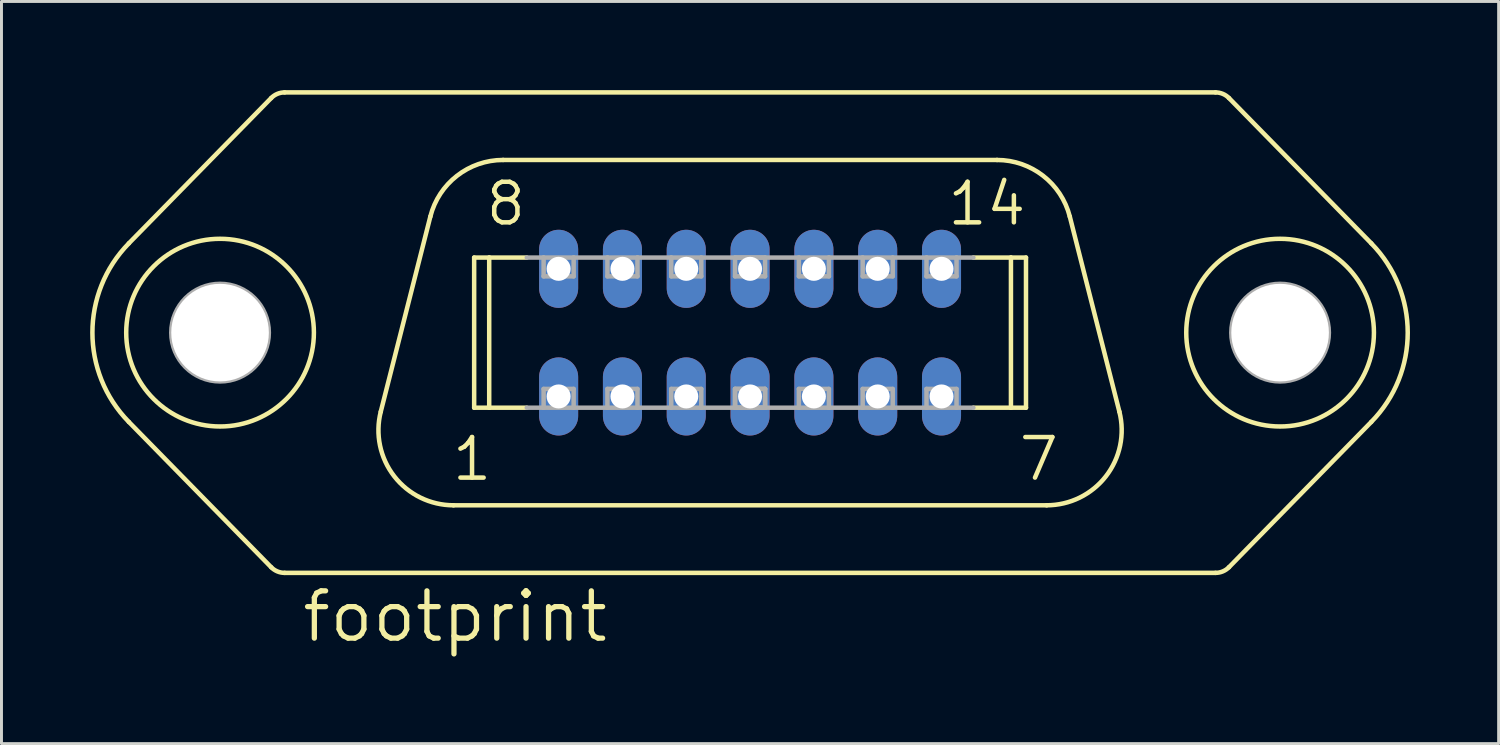
<source format=kicad_pcb>
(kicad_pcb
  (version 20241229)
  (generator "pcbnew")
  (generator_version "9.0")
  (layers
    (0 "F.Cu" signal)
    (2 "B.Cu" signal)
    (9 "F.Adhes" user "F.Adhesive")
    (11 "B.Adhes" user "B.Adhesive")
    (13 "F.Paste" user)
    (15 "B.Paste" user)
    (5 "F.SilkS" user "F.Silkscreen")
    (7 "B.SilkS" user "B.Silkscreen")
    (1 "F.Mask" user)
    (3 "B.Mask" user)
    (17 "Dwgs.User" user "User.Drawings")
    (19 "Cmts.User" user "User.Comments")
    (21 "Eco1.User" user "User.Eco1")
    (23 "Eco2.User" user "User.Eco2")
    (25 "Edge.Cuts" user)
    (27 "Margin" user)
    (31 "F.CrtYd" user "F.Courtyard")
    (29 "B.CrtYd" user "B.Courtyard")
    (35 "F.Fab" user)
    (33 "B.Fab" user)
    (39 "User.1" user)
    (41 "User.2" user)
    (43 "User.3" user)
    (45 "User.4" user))
  (footprint "footprint"
    (layer "F.Cu")
    (at 22.327 8.204)
    (property "Reference" "footprint" (at -15.24 10.541 0) (layer "F.SilkS") (effects (font (size 1.6 1.6) (thickness 0.178)) (justify left bottom)))
    (fp_line (start -16.202 -7.937) (end -21.017 -3.022) (stroke (width 0.152) (type solid)) (layer "F.SilkS"))
    (fp_line (start -16.202 7.937) (end -21.017 3.022) (stroke (width 0.152) (type solid)) (layer "F.SilkS"))
    (fp_line (start -15.748 -8.128) (end 15.748 -8.128) (stroke (width 0.152) (type solid)) (layer "F.SilkS"))
    (fp_line (start -15.748 8.128) (end 15.748 8.128) (stroke (width 0.152) (type solid)) (layer "F.SilkS"))
    (fp_line (start -10.817 -3.928) (end -12.495 2.676) (stroke (width 0.152) (type solid)) (layer "F.SilkS"))
    (fp_line (start -10.033 5.842) (end 10.033 5.842) (stroke (width 0.152) (type solid)) (layer "F.SilkS"))
    (fp_line (start -9.335 -2.54) (end -8.826 -2.54) (stroke (width 0.152) (type solid)) (layer "F.SilkS"))
    (fp_line (start -9.335 2.54) (end -9.335 -2.54) (stroke (width 0.152) (type solid)) (layer "F.SilkS"))
    (fp_line (start -9.335 2.54) (end -8.826 2.54) (stroke (width 0.152) (type solid)) (layer "F.SilkS"))
    (fp_line (start -8.826 -2.54) (end -7.555 -2.54) (stroke (width 0.152) (type solid)) (layer "F.SilkS"))
    (fp_line (start -8.826 2.54) (end -8.826 -2.54) (stroke (width 0.152) (type solid)) (layer "F.SilkS"))
    (fp_line (start -8.826 2.54) (end -7.555 2.54) (stroke (width 0.152) (type solid)) (layer "F.SilkS"))
    (fp_line (start -8.355 -5.842) (end 8.355 -5.842) (stroke (width 0.152) (type solid)) (layer "F.SilkS"))
    (fp_line (start 7.555 -2.54) (end 8.826 -2.54) (stroke (width 0.152) (type solid)) (layer "F.SilkS"))
    (fp_line (start 7.555 2.54) (end 8.826 2.54) (stroke (width 0.152) (type solid)) (layer "F.SilkS"))
    (fp_line (start 8.826 -2.54) (end 9.335 -2.54) (stroke (width 0.152) (type solid)) (layer "F.SilkS"))
    (fp_line (start 8.826 2.54) (end 8.826 -2.54) (stroke (width 0.152) (type solid)) (layer "F.SilkS"))
    (fp_line (start 8.826 2.54) (end 9.335 2.54) (stroke (width 0.152) (type solid)) (layer "F.SilkS"))
    (fp_line (start 9.335 2.54) (end 9.335 -2.54) (stroke (width 0.152) (type solid)) (layer "F.SilkS"))
    (fp_line (start 10.817 -3.928) (end 12.495 2.676) (stroke (width 0.152) (type solid)) (layer "F.SilkS"))
    (fp_line (start 16.202 -7.937) (end 21.017 -3.022) (stroke (width 0.152) (type solid)) (layer "F.SilkS"))
    (fp_line (start 16.202 7.937) (end 21.017 3.022) (stroke (width 0.152) (type solid)) (layer "F.SilkS"))
    (fp_arc (start -21.016999 3.022001) (mid -22.250365 0.000401) (end -21.017 -3.0212) (stroke (width 0.1524) (type solid)) (layer "F.SilkS"))
    (fp_arc (start -16.202 -7.937) (mid -15.99441 -8.078018) (end -15.7484 -8.1276) (stroke (width 0.1524) (type solid)) (layer "F.SilkS"))
    (fp_arc (start -15.7484 8.1276) (mid -15.99441 8.078018) (end -16.202 7.937) (stroke (width 0.1524) (type solid)) (layer "F.SilkS"))
    (fp_arc (start -10.817 -3.928) (mid -9.914487 -5.307487) (end -8.355199 -5.842401) (stroke (width 0.1524) (type solid)) (layer "F.SilkS"))
    (fp_arc (start -10.033198 5.8416) (mid -12.038285 4.860864) (end -12.495 2.676) (stroke (width 0.1524) (type solid)) (layer "F.SilkS"))
    (fp_arc (start 8.355 -5.842) (mid 9.914288 -5.307086) (end 10.8168 -3.927599) (stroke (width 0.1524) (type solid)) (layer "F.SilkS"))
    (fp_arc (start 12.495 2.675998) (mid 12.038287 4.860862) (end 10.0332 5.8416) (stroke (width 0.1524) (type solid)) (layer "F.SilkS"))
    (fp_arc (start 15.7484 -8.1276) (mid 15.99441 -8.078018) (end 16.202 -7.937) (stroke (width 0.1524) (type solid)) (layer "F.SilkS"))
    (fp_arc (start 16.202 7.937) (mid 15.99441 8.078018) (end 15.7484 8.1276) (stroke (width 0.1524) (type solid)) (layer "F.SilkS"))
    (fp_arc (start 21.016999 -3.021201) (mid 22.250365 0.000399) (end 21.017 3.022) (stroke (width 0.1524) (type solid)) (layer "F.SilkS"))
    (fp_circle (center -17.932 0) (end -14.757 0) (stroke (width 0.152) (type solid)) (fill no) (layer "F.SilkS"))
    (fp_circle (center 17.932 0) (end 21.107 0) (stroke (width 0.152) (type solid)) (fill no) (layer "F.SilkS"))
    (fp_line (start -7.555 -2.54) (end -6.985 -2.54) (stroke (width 0.152) (type solid)) (layer "F.Fab"))
    (fp_line (start -7.555 2.54) (end -6.985 2.54) (stroke (width 0.152) (type solid)) (layer "F.Fab"))
    (fp_line (start -6.985 -2.54) (end -5.969 -2.54) (stroke (width 0.152) (type solid)) (layer "F.Fab"))
    (fp_line (start -6.985 -1.905) (end -6.985 -2.54) (stroke (width 0.152) (type solid)) (layer "F.Fab"))
    (fp_line (start -6.985 1.905) (end -5.969 1.905) (stroke (width 0.152) (type solid)) (layer "F.Fab"))
    (fp_line (start -6.985 2.54) (end -6.985 1.905) (stroke (width 0.152) (type solid)) (layer "F.Fab"))
    (fp_line (start -5.969 -2.54) (end -5.969 -1.905) (stroke (width 0.152) (type solid)) (layer "F.Fab"))
    (fp_line (start -5.969 -2.54) (end -4.826 -2.54) (stroke (width 0.152) (type solid)) (layer "F.Fab"))
    (fp_line (start -5.969 -1.905) (end -6.985 -1.905) (stroke (width 0.152) (type solid)) (layer "F.Fab"))
    (fp_line (start -5.969 1.905) (end -5.969 2.54) (stroke (width 0.152) (type solid)) (layer "F.Fab"))
    (fp_line (start -5.969 2.54) (end -6.985 2.54) (stroke (width 0.152) (type solid)) (layer "F.Fab"))
    (fp_line (start -5.969 2.54) (end -4.826 2.54) (stroke (width 0.152) (type solid)) (layer "F.Fab"))
    (fp_line (start -4.826 -2.54) (end -3.81 -2.54) (stroke (width 0.152) (type solid)) (layer "F.Fab"))
    (fp_line (start -4.826 -1.905) (end -4.826 -2.54) (stroke (width 0.152) (type solid)) (layer "F.Fab"))
    (fp_line (start -4.826 1.905) (end -3.81 1.905) (stroke (width 0.152) (type solid)) (layer "F.Fab"))
    (fp_line (start -4.826 2.54) (end -4.826 1.905) (stroke (width 0.152) (type solid)) (layer "F.Fab"))
    (fp_line (start -3.81 -2.54) (end -3.81 -1.905) (stroke (width 0.152) (type solid)) (layer "F.Fab"))
    (fp_line (start -3.81 -2.54) (end -2.667 -2.54) (stroke (width 0.152) (type solid)) (layer "F.Fab"))
    (fp_line (start -3.81 -1.905) (end -4.826 -1.905) (stroke (width 0.152) (type solid)) (layer "F.Fab"))
    (fp_line (start -3.81 1.905) (end -3.81 2.54) (stroke (width 0.152) (type solid)) (layer "F.Fab"))
    (fp_line (start -3.81 2.54) (end -4.826 2.54) (stroke (width 0.152) (type solid)) (layer "F.Fab"))
    (fp_line (start -3.81 2.54) (end -2.667 2.54) (stroke (width 0.152) (type solid)) (layer "F.Fab"))
    (fp_line (start -2.667 -2.54) (end -1.651 -2.54) (stroke (width 0.152) (type solid)) (layer "F.Fab"))
    (fp_line (start -2.667 -1.905) (end -2.667 -2.54) (stroke (width 0.152) (type solid)) (layer "F.Fab"))
    (fp_line (start -2.667 1.905) (end -1.651 1.905) (stroke (width 0.152) (type solid)) (layer "F.Fab"))
    (fp_line (start -2.667 2.54) (end -2.667 1.905) (stroke (width 0.152) (type solid)) (layer "F.Fab"))
    (fp_line (start -1.651 -2.54) (end -1.651 -1.905) (stroke (width 0.152) (type solid)) (layer "F.Fab"))
    (fp_line (start -1.651 -2.54) (end 1.651 -2.54) (stroke (width 0.152) (type solid)) (layer "F.Fab"))
    (fp_line (start -1.651 -1.905) (end -2.667 -1.905) (stroke (width 0.152) (type solid)) (layer "F.Fab"))
    (fp_line (start -1.651 1.905) (end -1.651 2.54) (stroke (width 0.152) (type solid)) (layer "F.Fab"))
    (fp_line (start -1.651 2.54) (end -2.667 2.54) (stroke (width 0.152) (type solid)) (layer "F.Fab"))
    (fp_line (start -1.651 2.54) (end 1.651 2.54) (stroke (width 0.152) (type solid)) (layer "F.Fab"))
    (fp_line (start -0.508 -2.54) (end 0.508 -2.54) (stroke (width 0.152) (type solid)) (layer "F.Fab"))
    (fp_line (start -0.508 -1.905) (end -0.508 -2.54) (stroke (width 0.152) (type solid)) (layer "F.Fab"))
    (fp_line (start -0.508 1.905) (end 0.508 1.905) (stroke (width 0.152) (type solid)) (layer "F.Fab"))
    (fp_line (start -0.508 1.905) (end 0.508 1.905) (stroke (width 0.152) (type solid)) (layer "F.Fab"))
    (fp_line (start -0.508 2.54) (end -0.508 1.905) (stroke (width 0.152) (type solid)) (layer "F.Fab"))
    (fp_line (start -0.508 2.54) (end -0.508 1.905) (stroke (width 0.152) (type solid)) (layer "F.Fab"))
    (fp_line (start 0.508 -2.54) (end 0.508 -1.905) (stroke (width 0.152) (type solid)) (layer "F.Fab"))
    (fp_line (start 0.508 -1.905) (end -0.508 -1.905) (stroke (width 0.152) (type solid)) (layer "F.Fab"))
    (fp_line (start 0.508 1.905) (end 0.508 2.54) (stroke (width 0.152) (type solid)) (layer "F.Fab"))
    (fp_line (start 0.508 1.905) (end 0.508 2.54) (stroke (width 0.152) (type solid)) (layer "F.Fab"))
    (fp_line (start 0.508 2.54) (end -0.508 2.54) (stroke (width 0.152) (type solid)) (layer "F.Fab"))
    (fp_line (start 0.508 2.54) (end -0.508 2.54) (stroke (width 0.152) (type solid)) (layer "F.Fab"))
    (fp_line (start 1.651 -2.54) (end 2.667 -2.54) (stroke (width 0.152) (type solid)) (layer "F.Fab"))
    (fp_line (start 1.651 -1.905) (end 1.651 -2.54) (stroke (width 0.152) (type solid)) (layer "F.Fab"))
    (fp_line (start 1.651 1.905) (end 2.667 1.905) (stroke (width 0.152) (type solid)) (layer "F.Fab"))
    (fp_line (start 1.651 2.54) (end 1.651 1.905) (stroke (width 0.152) (type solid)) (layer "F.Fab"))
    (fp_line (start 2.667 -2.54) (end 2.667 -1.905) (stroke (width 0.152) (type solid)) (layer "F.Fab"))
    (fp_line (start 2.667 -2.54) (end 3.81 -2.54) (stroke (width 0.152) (type solid)) (layer "F.Fab"))
    (fp_line (start 2.667 -1.905) (end 1.651 -1.905) (stroke (width 0.152) (type solid)) (layer "F.Fab"))
    (fp_line (start 2.667 1.905) (end 2.667 2.54) (stroke (width 0.152) (type solid)) (layer "F.Fab"))
    (fp_line (start 2.667 2.54) (end 1.651 2.54) (stroke (width 0.152) (type solid)) (layer "F.Fab"))
    (fp_line (start 2.667 2.54) (end 3.81 2.54) (stroke (width 0.152) (type solid)) (layer "F.Fab"))
    (fp_line (start 3.81 -2.54) (end 4.826 -2.54) (stroke (width 0.152) (type solid)) (layer "F.Fab"))
    (fp_line (start 3.81 -1.905) (end 3.81 -2.54) (stroke (width 0.152) (type solid)) (layer "F.Fab"))
    (fp_line (start 3.81 1.905) (end 4.826 1.905) (stroke (width 0.152) (type solid)) (layer "F.Fab"))
    (fp_line (start 3.81 2.54) (end 3.81 1.905) (stroke (width 0.152) (type solid)) (layer "F.Fab"))
    (fp_line (start 4.826 -2.54) (end 4.826 -1.905) (stroke (width 0.152) (type solid)) (layer "F.Fab"))
    (fp_line (start 4.826 -2.54) (end 5.969 -2.54) (stroke (width 0.152) (type solid)) (layer "F.Fab"))
    (fp_line (start 4.826 -1.905) (end 3.81 -1.905) (stroke (width 0.152) (type solid)) (layer "F.Fab"))
    (fp_line (start 4.826 1.905) (end 4.826 2.54) (stroke (width 0.152) (type solid)) (layer "F.Fab"))
    (fp_line (start 4.826 2.54) (end 3.81 2.54) (stroke (width 0.152) (type solid)) (layer "F.Fab"))
    (fp_line (start 4.826 2.54) (end 5.969 2.54) (stroke (width 0.152) (type solid)) (layer "F.Fab"))
    (fp_line (start 5.969 -2.54) (end 6.985 -2.54) (stroke (width 0.152) (type solid)) (layer "F.Fab"))
    (fp_line (start 5.969 -1.905) (end 5.969 -2.54) (stroke (width 0.152) (type solid)) (layer "F.Fab"))
    (fp_line (start 5.969 1.905) (end 6.985 1.905) (stroke (width 0.152) (type solid)) (layer "F.Fab"))
    (fp_line (start 5.969 2.54) (end 5.969 1.905) (stroke (width 0.152) (type solid)) (layer "F.Fab"))
    (fp_line (start 6.985 -2.54) (end 6.985 -1.905) (stroke (width 0.152) (type solid)) (layer "F.Fab"))
    (fp_line (start 6.985 -2.54) (end 7.555 -2.54) (stroke (width 0.152) (type solid)) (layer "F.Fab"))
    (fp_line (start 6.985 -1.905) (end 5.969 -1.905) (stroke (width 0.152) (type solid)) (layer "F.Fab"))
    (fp_line (start 6.985 1.905) (end 6.985 2.54) (stroke (width 0.152) (type solid)) (layer "F.Fab"))
    (fp_line (start 6.985 2.54) (end 5.969 2.54) (stroke (width 0.152) (type solid)) (layer "F.Fab"))
    (fp_line (start 6.985 2.54) (end 7.555 2.54) (stroke (width 0.152) (type solid)) (layer "F.Fab"))
    (fp_circle (center -17.932 0) (end -16.281 0) (stroke (width 0.152) (type solid)) (fill no) (layer "F.Fab"))
    (fp_circle (center 17.932 0) (end 19.583 0) (stroke (width 0.152) (type solid)) (fill no) (layer "F.Fab"))
    (fp_poly (pts (xy -6.985 -1.905) (xy -5.969 -1.905) (xy -5.969 -2.54) (xy -6.985 -2.54)) (stroke (width 0.1) (type solid)) (fill no) (layer "F.Fab"))
    (fp_poly (pts (xy -6.985 2.54) (xy -5.969 2.54) (xy -5.969 1.905) (xy -6.985 1.905)) (stroke (width 0.1) (type solid)) (fill no) (layer "F.Fab"))
    (fp_poly (pts (xy -4.826 -1.905) (xy -3.81 -1.905) (xy -3.81 -2.54) (xy -4.826 -2.54)) (stroke (width 0.1) (type solid)) (fill no) (layer "F.Fab"))
    (fp_poly (pts (xy -4.826 2.54) (xy -3.81 2.54) (xy -3.81 1.905) (xy -4.826 1.905)) (stroke (width 0.1) (type solid)) (fill no) (layer "F.Fab"))
    (fp_poly (pts (xy -2.667 -1.905) (xy -1.651 -1.905) (xy -1.651 -2.54) (xy -2.667 -2.54)) (stroke (width 0.1) (type solid)) (fill no) (layer "F.Fab"))
    (fp_poly (pts (xy -2.667 2.54) (xy -1.651 2.54) (xy -1.651 1.905) (xy -2.667 1.905)) (stroke (width 0.1) (type solid)) (fill no) (layer "F.Fab"))
    (fp_poly (pts (xy -0.508 -1.905) (xy 0.508 -1.905) (xy 0.508 -2.54) (xy -0.508 -2.54)) (stroke (width 0.1) (type solid)) (fill no) (layer "F.Fab"))
    (fp_poly (pts (xy -0.508 2.54) (xy 0.508 2.54) (xy 0.508 1.905) (xy -0.508 1.905)) (stroke (width 0.1) (type solid)) (fill no) (layer "F.Fab"))
    (fp_poly (pts (xy 1.651 -1.905) (xy 2.667 -1.905) (xy 2.667 -2.54) (xy 1.651 -2.54)) (stroke (width 0.1) (type solid)) (fill no) (layer "F.Fab"))
    (fp_poly (pts (xy 1.651 2.54) (xy 2.667 2.54) (xy 2.667 1.905) (xy 1.651 1.905)) (stroke (width 0.1) (type solid)) (fill no) (layer "F.Fab"))
    (fp_poly (pts (xy 3.81 -1.905) (xy 4.826 -1.905) (xy 4.826 -2.54) (xy 3.81 -2.54)) (stroke (width 0.1) (type solid)) (fill no) (layer "F.Fab"))
    (fp_poly (pts (xy 3.81 2.54) (xy 4.826 2.54) (xy 4.826 1.905) (xy 3.81 1.905)) (stroke (width 0.1) (type solid)) (fill no) (layer "F.Fab"))
    (fp_poly (pts (xy 5.969 -1.905) (xy 6.985 -1.905) (xy 6.985 -2.54) (xy 5.969 -2.54)) (stroke (width 0.1) (type solid)) (fill no) (layer "F.Fab"))
    (fp_poly (pts (xy 5.969 2.54) (xy 6.985 2.54) (xy 6.985 1.905) (xy 5.969 1.905)) (stroke (width 0.1) (type solid)) (fill no) (layer "F.Fab"))
    (fp_text user "8" (at -9.017 -3.556 0) (layer "F.SilkS") (effects (font (size 1.372 1.372) (thickness 0.152)) (justify left bottom)))
    (fp_text user "14" (at 6.604 -3.556 0) (layer "F.SilkS") (effects (font (size 1.372 1.372) (thickness 0.152)) (justify left bottom)))
    (fp_text user "7" (at 9.017 5.08 0) (layer "F.SilkS") (effects (font (size 1.372 1.372) (thickness 0.152)) (justify left bottom)))
    (fp_text user "1" (at -10.16 5.08 0) (layer "F.SilkS") (effects (font (size 1.372 1.372) (thickness 0.152)) (justify left bottom)))
    (pad "" np_thru_hole circle (at -17.932 0) (size 3.302 3.302) (drill 3.302) (layers "*.Cu" "*.Mask"))
    (pad "" np_thru_hole circle (at 17.932 0) (size 3.302 3.302) (drill 3.302) (layers "*.Cu" "*.Mask"))
    (pad "1" thru_hole oval (at -6.477 2.159 90) (size 2.642 1.321) (drill 0.813) (layers "*.Cu" "*.Mask"))
    (pad "2" thru_hole oval (at -4.318 2.159 90) (size 2.642 1.321) (drill 0.813) (layers "*.Cu" "*.Mask"))
    (pad "3" thru_hole oval (at -2.159 2.159 90) (size 2.642 1.321) (drill 0.813) (layers "*.Cu" "*.Mask"))
    (pad "4" thru_hole oval (at 0 2.159 90) (size 2.642 1.321) (drill 0.813) (layers "*.Cu" "*.Mask"))
    (pad "5" thru_hole oval (at 2.159 2.159 90) (size 2.642 1.321) (drill 0.813) (layers "*.Cu" "*.Mask"))
    (pad "6" thru_hole oval (at 4.318 2.159 90) (size 2.642 1.321) (drill 0.813) (layers "*.Cu" "*.Mask"))
    (pad "7" thru_hole oval (at 6.477 2.159 90) (size 2.642 1.321) (drill 0.813) (layers "*.Cu" "*.Mask"))
    (pad "8" thru_hole oval (at -6.477 -2.159 90) (size 2.642 1.321) (drill 0.813) (layers "*.Cu" "*.Mask"))
    (pad "9" thru_hole oval (at -4.318 -2.159 90) (size 2.642 1.321) (drill 0.813) (layers "*.Cu" "*.Mask"))
    (pad "10" thru_hole oval (at -2.159 -2.159 90) (size 2.642 1.321) (drill 0.813) (layers "*.Cu" "*.Mask"))
    (pad "11" thru_hole oval (at 0 -2.159 90) (size 2.642 1.321) (drill 0.813) (layers "*.Cu" "*.Mask"))
    (pad "12" thru_hole oval (at 2.159 -2.159 90) (size 2.642 1.321) (drill 0.813) (layers "*.Cu" "*.Mask"))
    (pad "13" thru_hole oval (at 4.318 -2.159 90) (size 2.642 1.321) (drill 0.813) (layers "*.Cu" "*.Mask"))
    (pad "14" thru_hole oval (at 6.477 -2.159 90) (size 2.642 1.321) (drill 0.813) (layers "*.Cu" "*.Mask"))
    (zone (net_name "") (layers "F.Cu" "B.Cu") (hatch edge 0.508) (connect_pads) (min_thickness 0.254) (filled_areas_thickness no) (keepout (tracks allowed) (vias not_allowed) (pads allowed) (copperpour allowed) (footprints allowed)) (placement (enabled no)) (fill) (polygon (pts (xy 7.442 8.204) (xy 7.396 7.675) (xy 7.258 7.162) (xy 7.034 6.68) (xy 6.729 6.245) (xy 6.353 5.869) (xy 5.918 5.565) (xy 5.437 5.34) (xy 4.923 5.203) (xy 4.394 5.156) (xy 3.865 5.203) (xy 3.352 5.34) (xy 2.87 5.565) (xy 2.435 5.869) (xy 2.059 6.245) (xy 1.755 6.68) (xy 1.53 7.162) (xy 1.392 7.675) (xy 1.346 8.204) (xy 1.392 8.733) (xy 1.53 9.247) (xy 1.755 9.728) (xy 2.059 10.163) (xy 2.435 10.539) (xy 2.87 10.844) (xy 3.352 11.068) (xy 3.865 11.206) (xy 4.394 11.252) (xy 4.923 11.206) (xy 5.437 11.068) (xy 5.918 10.844) (xy 6.353 10.539) (xy 6.729 10.163) (xy 7.034 9.728) (xy 7.258 9.247) (xy 7.396 8.733))))
    (zone (net_name "") (layers "F.Cu" "B.Cu") (hatch edge 0.508) (connect_pads) (min_thickness 0.254) (filled_areas_thickness no) (keepout (tracks allowed) (vias not_allowed) (pads allowed) (copperpour allowed) (footprints allowed)) (placement (enabled no)) (fill) (polygon (pts (xy 43.307 8.204) (xy 43.261 7.675) (xy 43.123 7.162) (xy 42.899 6.68) (xy 42.594 6.245) (xy 42.218 5.869) (xy 41.783 5.565) (xy 41.301 5.34) (xy 40.788 5.203) (xy 40.259 5.156) (xy 39.73 5.203) (xy 39.216 5.34) (xy 38.735 5.565) (xy 38.3 5.869) (xy 37.924 6.245) (xy 37.619 6.68) (xy 37.395 7.162) (xy 37.257 7.675) (xy 37.211 8.204) (xy 37.257 8.733) (xy 37.395 9.247) (xy 37.619 9.728) (xy 37.924 10.163) (xy 38.3 10.539) (xy 38.735 10.844) (xy 39.216 11.068) (xy 39.73 11.206) (xy 40.259 11.252) (xy 40.788 11.206) (xy 41.301 11.068) (xy 41.783 10.844) (xy 42.218 10.539) (xy 42.594 10.163) (xy 42.899 9.728) (xy 43.123 9.247) (xy 43.261 8.733))))
    (zone (net_name "") (layer "B.Cu") (hatch edge 0.508) (connect_pads) (min_thickness 0.254) (filled_areas_thickness no) (keepout (tracks not_allowed) (vias not_allowed) (pads not_allowed) (copperpour not_allowed) (footprints allowed)) (placement (enabled no)) (fill) (polygon (pts (xy 7.442 8.204) (xy 7.396 7.675) (xy 7.258 7.162) (xy 7.034 6.68) (xy 6.729 6.245) (xy 6.353 5.869) (xy 5.918 5.565) (xy 5.437 5.34) (xy 4.923 5.203) (xy 4.394 5.156) (xy 3.865 5.203) (xy 3.352 5.34) (xy 2.87 5.565) (xy 2.435 5.869) (xy 2.059 6.245) (xy 1.755 6.68) (xy 1.53 7.162) (xy 1.392 7.675) (xy 1.346 8.204) (xy 1.392 8.733) (xy 1.53 9.247) (xy 1.755 9.728) (xy 2.059 10.163) (xy 2.435 10.539) (xy 2.87 10.844) (xy 3.352 11.068) (xy 3.865 11.206) (xy 4.394 11.252) (xy 4.923 11.206) (xy 5.437 11.068) (xy 5.918 10.844) (xy 6.353 10.539) (xy 6.729 10.163) (xy 7.034 9.728) (xy 7.258 9.247) (xy 7.396 8.733))))
    (zone (net_name "") (layer "B.Cu") (hatch edge 0.508) (connect_pads) (min_thickness 0.254) (filled_areas_thickness no) (keepout (tracks not_allowed) (vias not_allowed) (pads not_allowed) (copperpour not_allowed) (footprints allowed)) (placement (enabled no)) (fill) (polygon (pts (xy 43.307 8.204) (xy 43.261 7.675) (xy 43.123 7.162) (xy 42.899 6.68) (xy 42.594 6.245) (xy 42.218 5.869) (xy 41.783 5.565) (xy 41.301 5.34) (xy 40.788 5.203) (xy 40.259 5.156) (xy 39.73 5.203) (xy 39.216 5.34) (xy 38.735 5.565) (xy 38.3 5.869) (xy 37.924 6.245) (xy 37.619 6.68) (xy 37.395 7.162) (xy 37.257 7.675) (xy 37.211 8.204) (xy 37.257 8.733) (xy 37.395 9.247) (xy 37.619 9.728) (xy 37.924 10.163) (xy 38.3 10.539) (xy 38.735 10.844) (xy 39.216 11.068) (xy 39.73 11.206) (xy 40.259 11.252) (xy 40.788 11.206) (xy 41.301 11.068) (xy 41.783 10.844) (xy 42.218 10.539) (xy 42.594 10.163) (xy 42.899 9.728) (xy 43.123 9.247) (xy 43.261 8.733)))))
  (gr_rect
    (start -3 -3)
    (end 47.653 22.108)
    (stroke (width 0.1) (type default))
    (fill no)
    (layer "Edge.Cuts")))
</source>
